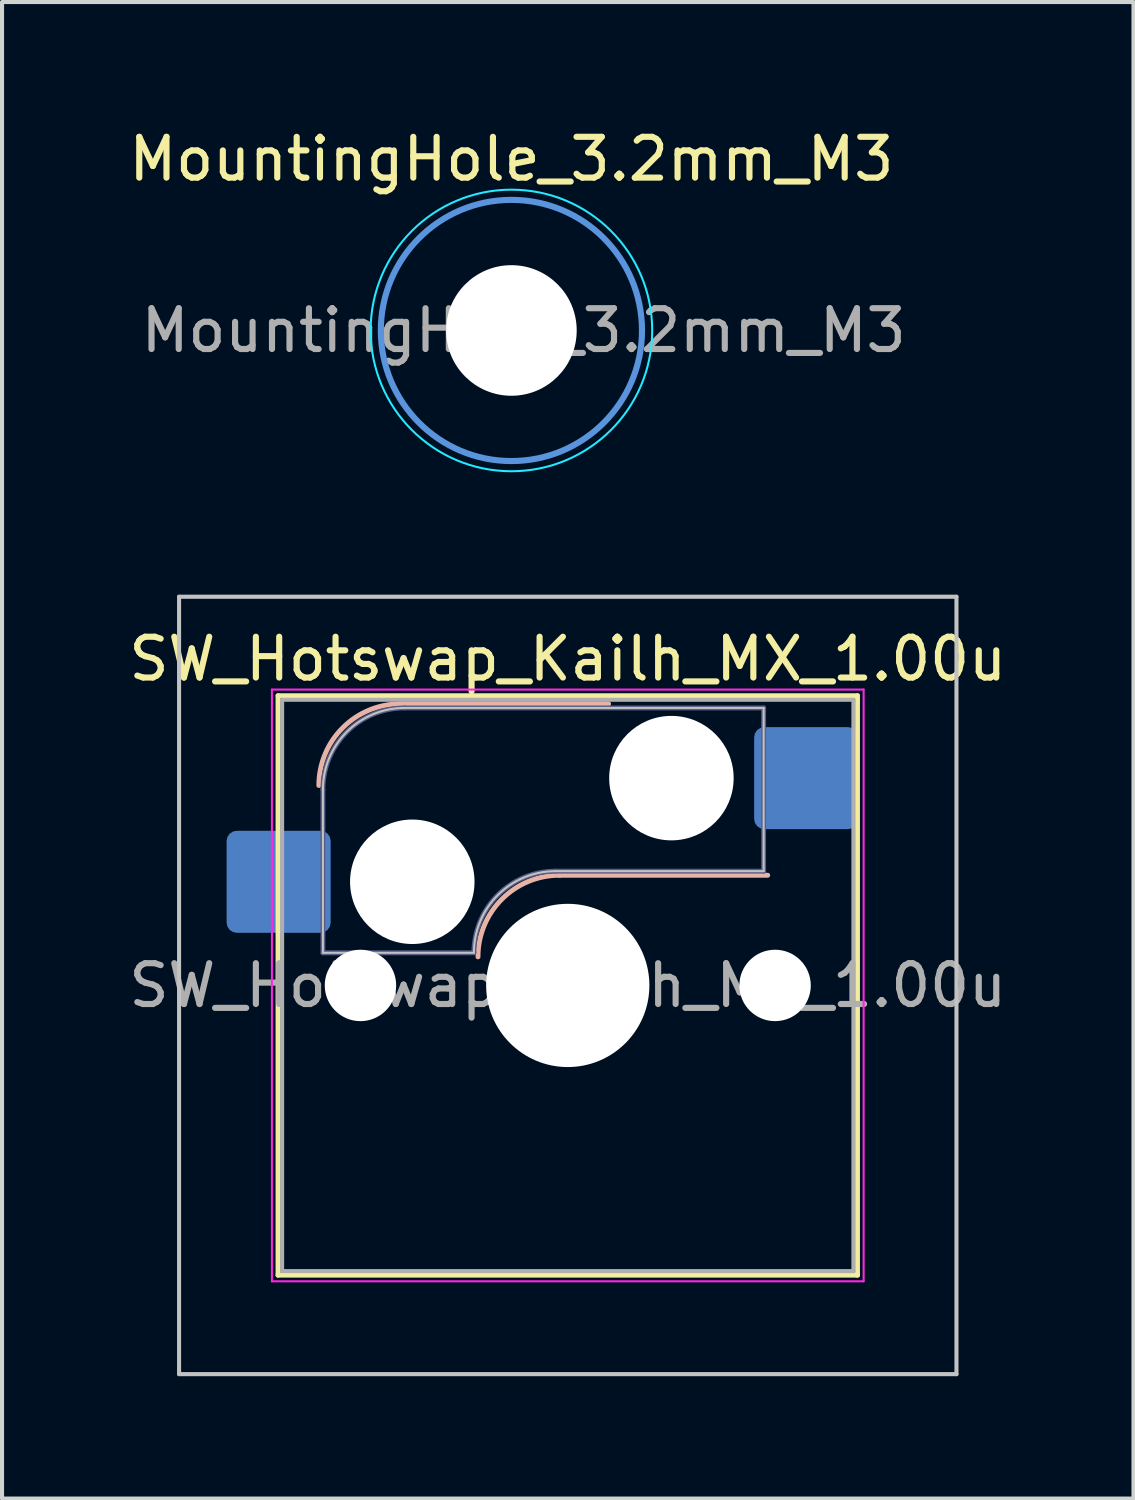
<source format=kicad_pcb>
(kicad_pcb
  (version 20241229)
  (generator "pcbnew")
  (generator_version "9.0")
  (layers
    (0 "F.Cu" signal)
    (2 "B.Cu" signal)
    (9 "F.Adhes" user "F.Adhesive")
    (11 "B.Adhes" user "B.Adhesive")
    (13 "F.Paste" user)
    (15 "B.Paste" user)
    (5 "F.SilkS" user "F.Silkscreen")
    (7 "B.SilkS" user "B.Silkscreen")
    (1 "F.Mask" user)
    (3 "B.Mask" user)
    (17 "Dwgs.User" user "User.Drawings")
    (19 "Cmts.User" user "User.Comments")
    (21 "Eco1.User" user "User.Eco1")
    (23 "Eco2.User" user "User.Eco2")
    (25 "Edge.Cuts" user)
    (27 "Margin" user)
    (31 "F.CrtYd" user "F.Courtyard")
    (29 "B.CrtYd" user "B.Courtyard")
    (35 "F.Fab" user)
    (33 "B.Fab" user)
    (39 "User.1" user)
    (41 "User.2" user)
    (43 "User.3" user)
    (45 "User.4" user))
  (footprint "MountingHole_3.2mm_M3"
    (layer "F.Cu")
    (at 9.482 5.048)
    (property "Reference" "MountingHole_3.2mm_M3" (at 0 -4.2 0) (layer "F.SilkS") (effects (font (size 1 1) (thickness 0.15))))
    (attr exclude_from_pos_files exclude_from_bom)
    (fp_circle (center 0 0) (end 3.2 0) (stroke (width 0.15) (type solid)) (fill no) (layer "Cmts.User"))
    (fp_circle (center 0 0) (end 3.45 0) (stroke (width 0.05) (type solid)) (fill no) (layer "B.CrtYd"))
    (fp_text user "${REFERENCE}" (at 0.3 0 0) (layer "F.Fab") (effects (font (size 1 1) (thickness 0.15))))
    (pad "" np_thru_hole circle (at 0 0) (size 3.2 3.2) (drill 3.2) (layers "*.Cu" "*.Mask")))
  (footprint "SW_Hotswap_Kailh_MX_1.00u"
    (layer "F.Cu")
    (at 10.863 21.098)
    (property "Reference" "SW_Hotswap_Kailh_MX_1.00u" (at 0 -8 0) (layer "F.SilkS") (effects (font (size 1 1) (thickness 0.15))))
    (attr smd)
    (fp_line (start -7.1 -7.1) (end -7.1 7.1) (stroke (width 0.12) (type solid)) (layer "F.SilkS"))
    (fp_line (start -7.1 7.1) (end 7.1 7.1) (stroke (width 0.12) (type solid)) (layer "F.SilkS"))
    (fp_line (start 7.1 -7.1) (end -7.1 -7.1) (stroke (width 0.12) (type solid)) (layer "F.SilkS"))
    (fp_line (start 7.1 7.1) (end 7.1 -7.1) (stroke (width 0.12) (type solid)) (layer "F.SilkS"))
    (fp_line (start -4.1 -6.9) (end 1 -6.9) (stroke (width 0.12) (type solid)) (layer "B.SilkS"))
    (fp_line (start -0.2 -2.7) (end 4.9 -2.7) (stroke (width 0.12) (type solid)) (layer "B.SilkS"))
    (fp_arc (start -6.1 -4.9) (mid -5.514214 -6.314214) (end -4.1 -6.9) (stroke (width 0.12) (type solid)) (layer "B.SilkS"))
    (fp_arc (start -2.2 -0.7) (mid -1.614214 -2.114214) (end -0.2 -2.7) (stroke (width 0.12) (type solid)) (layer "B.SilkS"))
    (fp_line (start -9.525 -9.525) (end -9.525 9.525) (stroke (width 0.1) (type solid)) (layer "Dwgs.User"))
    (fp_line (start -9.525 9.525) (end 9.525 9.525) (stroke (width 0.1) (type solid)) (layer "Dwgs.User"))
    (fp_line (start -6 -0.8) (end -6 -4.8) (stroke (width 0.05) (type solid)) (layer "Dwgs.User"))
    (fp_line (start -6 -0.8) (end -2.3 -0.8) (stroke (width 0.05) (type solid)) (layer "Dwgs.User"))
    (fp_line (start -4 -6.8) (end 4.8 -6.8) (stroke (width 0.05) (type solid)) (layer "Dwgs.User"))
    (fp_line (start -0.3 -2.8) (end 4.8 -2.8) (stroke (width 0.05) (type solid)) (layer "Dwgs.User"))
    (fp_line (start 4.8 -6.8) (end 4.8 -2.8) (stroke (width 0.05) (type solid)) (layer "Dwgs.User"))
    (fp_line (start 9.525 -9.525) (end -9.525 -9.525) (stroke (width 0.1) (type solid)) (layer "Dwgs.User"))
    (fp_line (start 9.525 9.525) (end 9.525 -9.525) (stroke (width 0.1) (type solid)) (layer "Dwgs.User"))
    (fp_arc (start -6 -4.8) (mid -5.414214 -6.214214) (end -4 -6.8) (stroke (width 0.05) (type solid)) (layer "Dwgs.User"))
    (fp_arc (start -2.3 -0.8) (mid -1.714214 -2.214214) (end -0.3 -2.8) (stroke (width 0.05) (type solid)) (layer "Dwgs.User"))
    (fp_line (start -7.8 -6) (end -7 -6) (stroke (width 0.1) (type solid)) (layer "Eco1.User"))
    (fp_line (start -7.8 -2.9) (end -7.8 -6) (stroke (width 0.1) (type solid)) (layer "Eco1.User"))
    (fp_line (start -7.8 2.9) (end -7 2.9) (stroke (width 0.1) (type solid)) (layer "Eco1.User"))
    (fp_line (start -7.8 6) (end -7.8 2.9) (stroke (width 0.1) (type solid)) (layer "Eco1.User"))
    (fp_line (start -7 -7) (end 7 -7) (stroke (width 0.1) (type solid)) (layer "Eco1.User"))
    (fp_line (start -7 -6) (end -7 -7) (stroke (width 0.1) (type solid)) (layer "Eco1.User"))
    (fp_line (start -7 -2.9) (end -7.8 -2.9) (stroke (width 0.1) (type solid)) (layer "Eco1.User"))
    (fp_line (start -7 2.9) (end -7 -2.9) (stroke (width 0.1) (type solid)) (layer "Eco1.User"))
    (fp_line (start -7 6) (end -7.8 6) (stroke (width 0.1) (type solid)) (layer "Eco1.User"))
    (fp_line (start -7 7) (end -7 6) (stroke (width 0.1) (type solid)) (layer "Eco1.User"))
    (fp_line (start 7 -7) (end 7 -6) (stroke (width 0.1) (type solid)) (layer "Eco1.User"))
    (fp_line (start 7 -6) (end 7.8 -6) (stroke (width 0.1) (type solid)) (layer "Eco1.User"))
    (fp_line (start 7 -2.9) (end 7 2.9) (stroke (width 0.1) (type solid)) (layer "Eco1.User"))
    (fp_line (start 7 2.9) (end 7.8 2.9) (stroke (width 0.1) (type solid)) (layer "Eco1.User"))
    (fp_line (start 7 6) (end 7 7) (stroke (width 0.1) (type solid)) (layer "Eco1.User"))
    (fp_line (start 7 7) (end -7 7) (stroke (width 0.1) (type solid)) (layer "Eco1.User"))
    (fp_line (start 7.8 -6) (end 7.8 -2.9) (stroke (width 0.1) (type solid)) (layer "Eco1.User"))
    (fp_line (start 7.8 -2.9) (end 7 -2.9) (stroke (width 0.1) (type solid)) (layer "Eco1.User"))
    (fp_line (start 7.8 2.9) (end 7.8 6) (stroke (width 0.1) (type solid)) (layer "Eco1.User"))
    (fp_line (start 7.8 6) (end 7 6) (stroke (width 0.1) (type solid)) (layer "Eco1.User"))
    (fp_line (start -7.25 -7.25) (end -7.25 7.25) (stroke (width 0.05) (type solid)) (layer "F.CrtYd"))
    (fp_line (start -7.25 7.25) (end 7.25 7.25) (stroke (width 0.05) (type solid)) (layer "F.CrtYd"))
    (fp_line (start 7.25 -7.25) (end -7.25 -7.25) (stroke (width 0.05) (type solid)) (layer "F.CrtYd"))
    (fp_line (start 7.25 7.25) (end 7.25 -7.25) (stroke (width 0.05) (type solid)) (layer "F.CrtYd"))
    (fp_line (start -6 -0.8) (end -6 -4.8) (stroke (width 0.12) (type solid)) (layer "B.Fab"))
    (fp_line (start -6 -0.8) (end -2.3 -0.8) (stroke (width 0.12) (type solid)) (layer "B.Fab"))
    (fp_line (start -4 -6.8) (end 4.8 -6.8) (stroke (width 0.12) (type solid)) (layer "B.Fab"))
    (fp_line (start -0.3 -2.8) (end 4.8 -2.8) (stroke (width 0.12) (type solid)) (layer "B.Fab"))
    (fp_line (start 4.8 -6.8) (end 4.8 -2.8) (stroke (width 0.12) (type solid)) (layer "B.Fab"))
    (fp_arc (start -6 -4.8) (mid -5.414214 -6.214214) (end -4 -6.8) (stroke (width 0.12) (type solid)) (layer "B.Fab"))
    (fp_arc (start -2.3 -0.8) (mid -1.714214 -2.214214) (end -0.3 -2.8) (stroke (width 0.12) (type solid)) (layer "B.Fab"))
    (fp_line (start -7 -7) (end -7 7) (stroke (width 0.1) (type solid)) (layer "F.Fab"))
    (fp_line (start -7 7) (end 7 7) (stroke (width 0.1) (type solid)) (layer "F.Fab"))
    (fp_line (start 7 -7) (end -7 -7) (stroke (width 0.1) (type solid)) (layer "F.Fab"))
    (fp_line (start 7 7) (end 7 -7) (stroke (width 0.1) (type solid)) (layer "F.Fab"))
    (fp_text user "${REFERENCE}" (at 0 0 0) (layer "F.Fab") (effects (font (size 1 1) (thickness 0.15))))
    (pad "" np_thru_hole circle (at -5.08 0) (size 1.75 1.75) (drill 1.75) (layers "*.Cu" "*.Mask"))
    (pad "" np_thru_hole circle (at -3.81 -2.54) (size 3.05 3.05) (drill 3.05) (layers "*.Cu" "*.Mask"))
    (pad "" np_thru_hole circle (at 0 0) (size 4 4) (drill 4) (layers "*.Cu" "*.Mask"))
    (pad "" np_thru_hole circle (at 2.54 -5.08) (size 3.05 3.05) (drill 3.05) (layers "*.Cu" "*.Mask"))
    (pad "" np_thru_hole circle (at 5.08 0) (size 1.75 1.75) (drill 1.75) (layers "*.Cu" "*.Mask"))
    (pad "1" smd roundrect (at -7.085 -2.54) (size 2.55 2.5) (layers "B.Cu" "B.Mask" "B.Paste") (roundrect_rratio 0.1))
    (pad "2" smd roundrect (at 5.842 -5.08) (size 2.55 2.5) (layers "B.Cu" "B.Mask" "B.Paste") (roundrect_rratio 0.1)))
  (gr_rect
    (start -3 -3)
    (end 24.726 33.673)
    (stroke (width 0.1) (type default))
    (fill no)
    (layer "Edge.Cuts")))
</source>
